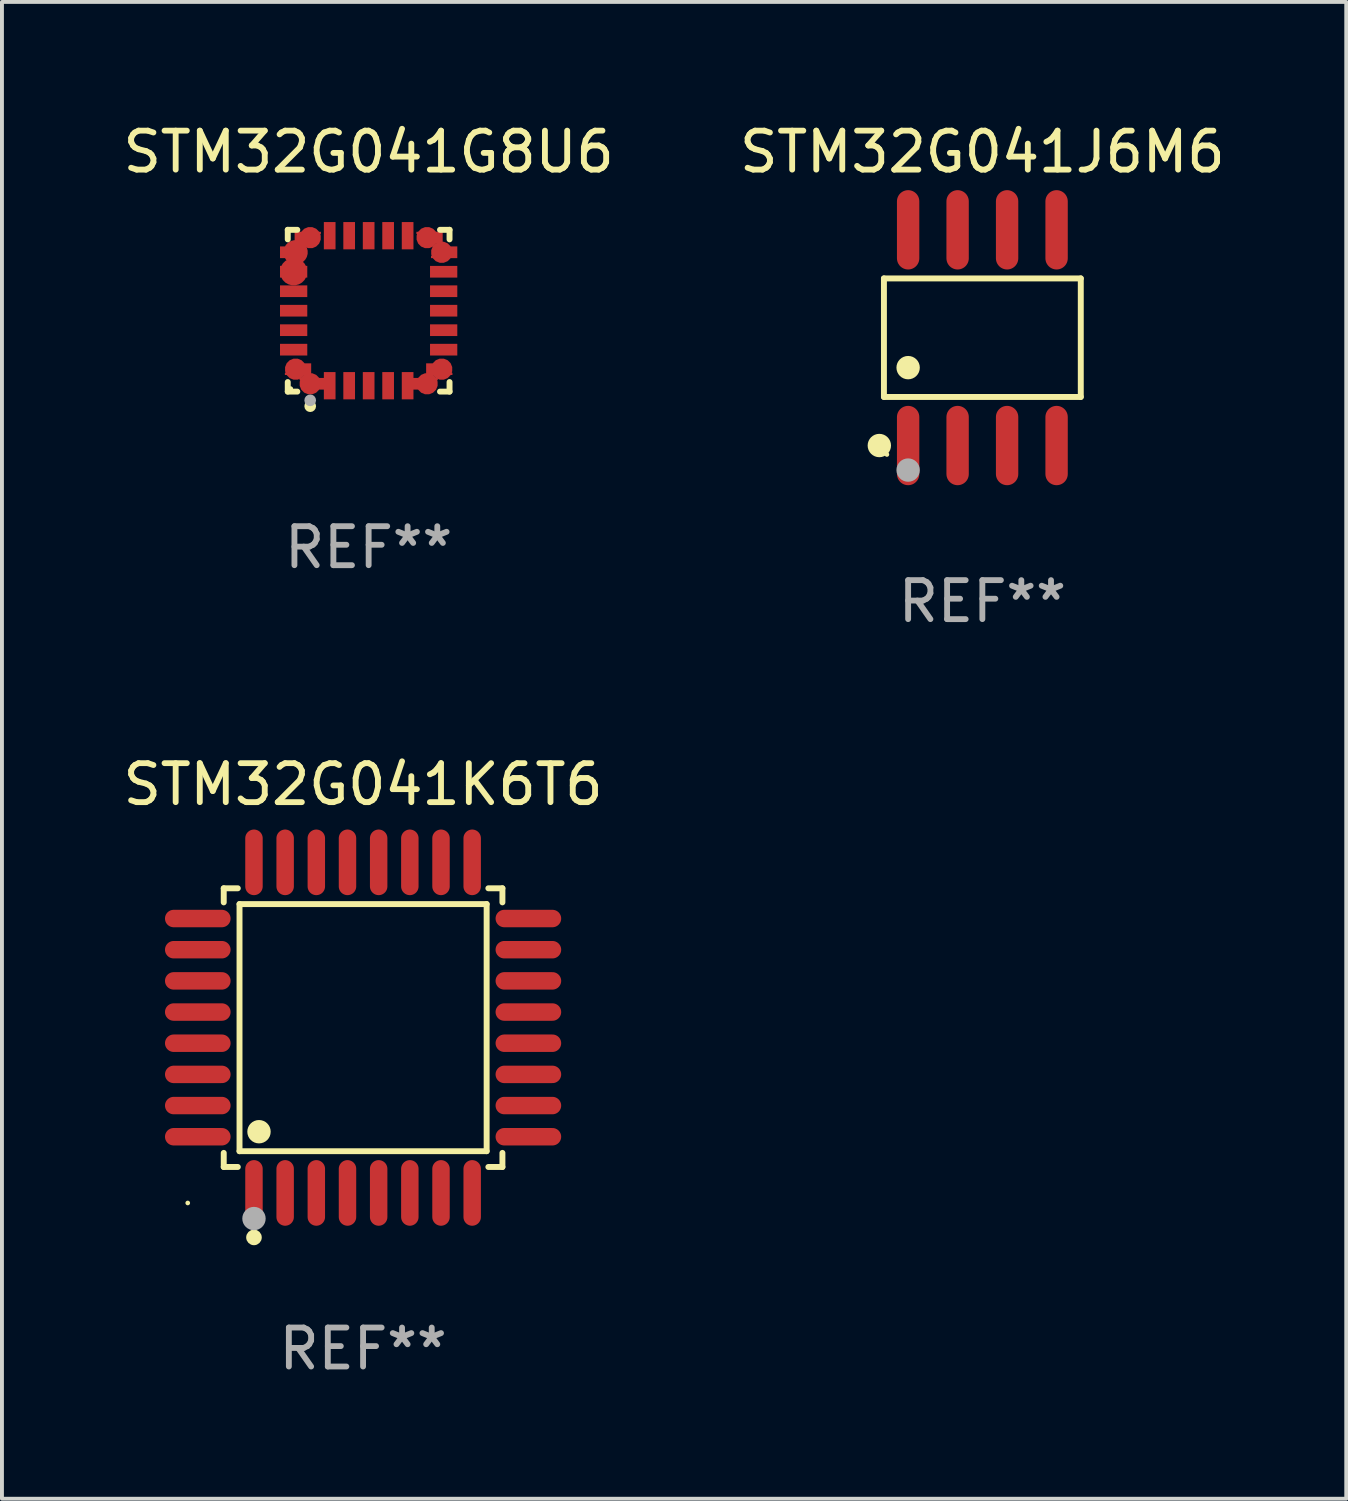
<source format=kicad_pcb>
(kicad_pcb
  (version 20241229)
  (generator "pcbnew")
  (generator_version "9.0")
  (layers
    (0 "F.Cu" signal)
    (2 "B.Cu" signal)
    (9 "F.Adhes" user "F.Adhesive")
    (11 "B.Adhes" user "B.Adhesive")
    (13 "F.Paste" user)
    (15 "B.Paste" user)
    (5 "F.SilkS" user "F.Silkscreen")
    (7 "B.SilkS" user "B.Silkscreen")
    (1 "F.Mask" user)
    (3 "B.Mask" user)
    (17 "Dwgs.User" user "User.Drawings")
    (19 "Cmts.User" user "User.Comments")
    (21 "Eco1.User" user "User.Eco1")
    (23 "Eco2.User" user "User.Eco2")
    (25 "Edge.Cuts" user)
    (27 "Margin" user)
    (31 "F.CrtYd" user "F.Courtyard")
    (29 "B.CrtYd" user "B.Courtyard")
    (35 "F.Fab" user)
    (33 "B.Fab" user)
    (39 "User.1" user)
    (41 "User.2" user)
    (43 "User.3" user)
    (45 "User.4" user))
  (footprint "STM32G041G8U6"
    (layer "F.Cu")
    (at 6.411 4.924)
    (property "Reference" "STM32G041G8U6" (at 0 -4.076 0) (layer "F.SilkS") (effects (font (size 1 1) (thickness 0.15))))
    (attr through_hole)
    (fp_line (start -2.076 -2.076) (end -1.831 -2.076) (stroke (width 0.152) (type solid)) (layer "F.SilkS"))
    (fp_line (start -2.076 -1.831) (end -2.076 -2.076) (stroke (width 0.152) (type solid)) (layer "F.SilkS"))
    (fp_line (start -2.076 1.831) (end -2.076 2.076) (stroke (width 0.152) (type solid)) (layer "F.SilkS"))
    (fp_line (start -2.076 2.076) (end -1.831 2.076) (stroke (width 0.152) (type solid)) (layer "F.SilkS"))
    (fp_line (start 2.076 -2.076) (end 1.831 -2.076) (stroke (width 0.152) (type solid)) (layer "F.SilkS"))
    (fp_line (start 2.076 -1.831) (end 2.076 -2.076) (stroke (width 0.152) (type solid)) (layer "F.SilkS"))
    (fp_line (start 2.076 1.831) (end 2.076 2.076) (stroke (width 0.152) (type solid)) (layer "F.SilkS"))
    (fp_line (start 2.076 2.076) (end 1.831 2.076) (stroke (width 0.152) (type solid)) (layer "F.SilkS"))
    (fp_circle (center -2 2) (end -1.97 2) (stroke (width 0.06) (type solid)) (fill no) (layer "F.SilkS"))
    (fp_circle (center -1.5 2.45) (end -1.425 2.45) (stroke (width 0.15) (type solid)) (fill no) (layer "F.SilkS"))
    (fp_circle (center -1.5 2.3) (end -1.425 2.3) (stroke (width 0.15) (type solid)) (fill no) (layer "F.Fab"))
    (fp_text user "REF**" (at 0 6.076 0) (layer "F.Fab") (effects (font (size 1 1) (thickness 0.15))))
    (pad "1" smd custom (at -1.5 1.875 90) (size 0.55 0.3) (layers "F.Cu" "F.Mask" "F.Paste") (options (anchor circle)) (primitives (gr_poly (pts (xy -0.15 -0.025) (xy -0.15 0.4) (xy 0.15 0.4) (xy 0.15 -0.275) (xy 0.1 -0.275)) (width 0) (fill yes))))
    (pad "2" smd rect (at -1 1.925) (size 0.3 0.7) (layers "F.Cu" "F.Mask" "F.Paste"))
    (pad "3" smd rect (at -0.5 1.925) (size 0.3 0.7) (layers "F.Cu" "F.Mask" "F.Paste"))
    (pad "4" smd rect (at 0 1.925) (size 0.3 0.7) (layers "F.Cu" "F.Mask" "F.Paste"))
    (pad "5" smd rect (at 0.5 1.925) (size 0.3 0.7) (layers "F.Cu" "F.Mask" "F.Paste"))
    (pad "6" smd rect (at 1 1.925) (size 0.3 0.7) (layers "F.Cu" "F.Mask" "F.Paste"))
    (pad "7" smd custom (at 1.5 1.875 270) (size 0.55 0.3) (layers "F.Cu" "F.Mask" "F.Paste") (options (anchor circle)) (primitives (gr_poly (pts (xy 0.15 -0.025) (xy 0.15 0.4) (xy -0.15 0.4) (xy -0.15 -0.275) (xy -0.1 -0.275)) (width 0) (fill yes))))
    (pad "8" smd custom (at 1.875 1.5 180) (size 0.55 0.3) (layers "F.Cu" "F.Mask" "F.Paste") (options (anchor circle)) (primitives (gr_poly (pts (xy -0.025 0.15) (xy 0.4 0.15) (xy 0.4 -0.15) (xy -0.275 -0.15) (xy -0.275 -0.1)) (width 0) (fill yes))))
    (pad "9" smd rect (at 1.925 1) (size 0.7 0.3) (layers "F.Cu" "F.Mask" "F.Paste"))
    (pad "10" smd rect (at 1.925 0.5) (size 0.7 0.3) (layers "F.Cu" "F.Mask" "F.Paste"))
    (pad "11" smd rect (at 1.925 0) (size 0.7 0.3) (layers "F.Cu" "F.Mask" "F.Paste"))
    (pad "12" smd rect (at 1.925 -0.5) (size 0.7 0.3) (layers "F.Cu" "F.Mask" "F.Paste"))
    (pad "13" smd rect (at 1.925 -1) (size 0.7 0.3) (layers "F.Cu" "F.Mask" "F.Paste"))
    (pad "14" smd custom (at 1.875 -1.5) (size 0.55 0.3) (layers "F.Cu" "F.Mask" "F.Paste") (options (anchor circle)) (primitives (gr_poly (pts (xy -0.025 -0.15) (xy 0.4 -0.15) (xy 0.4 0.15) (xy -0.275 0.15) (xy -0.275 0.1)) (width 0) (fill yes))))
    (pad "15" smd custom (at 1.5 -1.875 270) (size 0.55 0.3) (layers "F.Cu" "F.Mask" "F.Paste") (options (anchor circle)) (primitives (gr_poly (pts (xy 0.15 0.025) (xy 0.15 -0.4) (xy -0.15 -0.4) (xy -0.15 0.275) (xy -0.1 0.275)) (width 0) (fill yes))))
    (pad "16" smd rect (at 1 -1.925) (size 0.3 0.7) (layers "F.Cu" "F.Mask" "F.Paste"))
    (pad "17" smd rect (at 0.5 -1.925) (size 0.3 0.7) (layers "F.Cu" "F.Mask" "F.Paste"))
    (pad "18" smd rect (at 0 -1.925) (size 0.3 0.7) (layers "F.Cu" "F.Mask" "F.Paste"))
    (pad "19" smd rect (at -0.5 -1.925) (size 0.3 0.7) (layers "F.Cu" "F.Mask" "F.Paste"))
    (pad "20" smd rect (at -1 -1.925) (size 0.3 0.7) (layers "F.Cu" "F.Mask" "F.Paste"))
    (pad "21" smd custom (at -1.5 -1.875 90) (size 0.55 0.3) (layers "F.Cu" "F.Mask" "F.Paste") (options (anchor circle)) (primitives (gr_poly (pts (xy -0.15 0.025) (xy -0.15 -0.4) (xy 0.15 -0.4) (xy 0.15 0.275) (xy 0.1 0.275)) (width 0) (fill yes))))
    (pad "22" smd custom (at -1.875 -1.5) (size 0.625 0.3) (layers "F.Cu" "F.Mask" "F.Paste") (options (anchor circle)) (primitives (gr_poly (pts (xy 0.025 -0.15) (xy -0.4 -0.15) (xy -0.4 0.15) (xy 0.275 0.15) (xy 0.275 0.1)) (width 0) (fill yes))))
    (pad "23" smd custom (at -1.925 -1) (size 0.7 0.3) (layers "F.Cu" "F.Mask" "F.Paste") (options (anchor circle)) (primitives (gr_poly (pts (xy -0.35 -0.15) (xy 0.35 -0.15) (xy 0.35 0.15) (xy -0.35 0.15)) (width 0) (fill yes))))
    (pad "24" smd rect (at -1.925 -0.5) (size 0.7 0.3) (layers "F.Cu" "F.Mask" "F.Paste"))
    (pad "25" smd rect (at -1.925 0) (size 0.7 0.3) (layers "F.Cu" "F.Mask" "F.Paste"))
    (pad "26" smd rect (at -1.925 0.5) (size 0.7 0.3) (layers "F.Cu" "F.Mask" "F.Paste"))
    (pad "27" smd rect (at -1.925 1) (size 0.7 0.3) (layers "F.Cu" "F.Mask" "F.Paste"))
    (pad "28" smd custom (at -1.875 1.5 180) (size 0.55 0.3) (layers "F.Cu" "F.Mask" "F.Paste") (options (anchor circle)) (primitives (gr_poly (pts (xy 0.025 0.15) (xy -0.4 0.15) (xy -0.4 -0.15) (xy 0.275 -0.15) (xy 0.275 -0.1)) (width 0) (fill yes)))))
  (footprint "STM32G041J6M6"
    (layer "F.Cu")
    (at 22.161 5.616)
    (property "Reference" "STM32G041J6M6" (at 0 -4.768 0) (layer "F.SilkS") (effects (font (size 1 1) (thickness 0.15))))
    (attr through_hole)
    (fp_line (start -2.526 -1.521) (end 2.526 -1.521) (stroke (width 0.152) (type solid)) (layer "F.SilkS"))
    (fp_line (start -2.526 1.521) (end -2.526 -1.521) (stroke (width 0.152) (type solid)) (layer "F.SilkS"))
    (fp_line (start 2.526 -1.521) (end 2.526 1.521) (stroke (width 0.152) (type solid)) (layer "F.SilkS"))
    (fp_line (start 2.526 1.521) (end -2.526 1.521) (stroke (width 0.152) (type solid)) (layer "F.SilkS"))
    (fp_circle (center -2.644 2.768) (end -2.494 2.768) (stroke (width 0.3) (type solid)) (fill no) (layer "F.SilkS"))
    (fp_circle (center -2.45 2.998) (end -2.42 2.998) (stroke (width 0.06) (type solid)) (fill no) (layer "F.SilkS"))
    (fp_circle (center -1.905 0.769) (end -1.755 0.769) (stroke (width 0.3) (type solid)) (fill no) (layer "F.SilkS"))
    (fp_circle (center -1.905 3.398) (end -1.755 3.398) (stroke (width 0.3) (type solid)) (fill no) (layer "F.Fab"))
    (fp_text user "REF**" (at 0 6.768 0) (layer "F.Fab") (effects (font (size 1 1) (thickness 0.15))))
    (pad "1" smd oval (at -1.905 2.768) (size 0.574 2.036) (layers "F.Cu" "F.Mask" "F.Paste"))
    (pad "2" smd oval (at -0.635 2.768) (size 0.574 2.036) (layers "F.Cu" "F.Mask" "F.Paste"))
    (pad "3" smd oval (at 0.635 2.768) (size 0.574 2.036) (layers "F.Cu" "F.Mask" "F.Paste"))
    (pad "4" smd oval (at 1.905 2.768) (size 0.574 2.036) (layers "F.Cu" "F.Mask" "F.Paste"))
    (pad "5" smd oval (at 1.905 -2.768) (size 0.574 2.036) (layers "F.Cu" "F.Mask" "F.Paste"))
    (pad "6" smd oval (at 0.635 -2.768) (size 0.574 2.036) (layers "F.Cu" "F.Mask" "F.Paste"))
    (pad "7" smd oval (at -0.635 -2.768) (size 0.574 2.036) (layers "F.Cu" "F.Mask" "F.Paste"))
    (pad "8" smd oval (at -1.905 -2.768) (size 0.574 2.036) (layers "F.Cu" "F.Mask" "F.Paste")))
  (footprint "STM32G041K6T6"
    (layer "F.Cu")
    (at 6.268 23.323)
    (property "Reference" "STM32G041K6T6" (at 0 -6.242 0) (layer "F.SilkS") (effects (font (size 1 1) (thickness 0.15))))
    (attr through_hole)
    (fp_line (start -3.576 -3.576) (end -3.215 -3.576) (stroke (width 0.152) (type solid)) (layer "F.SilkS"))
    (fp_line (start -3.576 -3.215) (end -3.576 -3.576) (stroke (width 0.152) (type solid)) (layer "F.SilkS"))
    (fp_line (start -3.576 3.215) (end -3.576 3.576) (stroke (width 0.152) (type solid)) (layer "F.SilkS"))
    (fp_line (start -3.576 3.576) (end -3.215 3.576) (stroke (width 0.152) (type solid)) (layer "F.SilkS"))
    (fp_line (start -3.171 -3.171) (end 3.171 -3.171) (stroke (width 0.152) (type solid)) (layer "F.SilkS"))
    (fp_line (start -3.171 3.171) (end -3.171 -3.171) (stroke (width 0.152) (type solid)) (layer "F.SilkS"))
    (fp_line (start 3.171 -3.171) (end 3.171 3.171) (stroke (width 0.152) (type solid)) (layer "F.SilkS"))
    (fp_line (start 3.171 3.171) (end -3.171 3.171) (stroke (width 0.152) (type solid)) (layer "F.SilkS"))
    (fp_line (start 3.576 -3.576) (end 3.215 -3.576) (stroke (width 0.152) (type solid)) (layer "F.SilkS"))
    (fp_line (start 3.576 -3.215) (end 3.576 -3.576) (stroke (width 0.152) (type solid)) (layer "F.SilkS"))
    (fp_line (start 3.576 3.215) (end 3.576 3.576) (stroke (width 0.152) (type solid)) (layer "F.SilkS"))
    (fp_line (start 3.576 3.576) (end 3.215 3.576) (stroke (width 0.152) (type solid)) (layer "F.SilkS"))
    (fp_circle (center -4.5 4.5) (end -4.47 4.5) (stroke (width 0.06) (type solid)) (fill no) (layer "F.SilkS"))
    (fp_circle (center -2.8 5.384) (end -2.7 5.384) (stroke (width 0.2) (type solid)) (fill no) (layer "F.SilkS"))
    (fp_circle (center -2.671 2.671) (end -2.521 2.671) (stroke (width 0.3) (type solid)) (fill no) (layer "F.SilkS"))
    (fp_circle (center -2.8 4.9) (end -2.65 4.9) (stroke (width 0.3) (type solid)) (fill no) (layer "F.Fab"))
    (fp_text user "REF**" (at 0 8.242 0) (layer "F.Fab") (effects (font (size 1 1) (thickness 0.15))))
    (pad "1" smd oval (at -2.8 4.242) (size 0.448 1.684) (layers "F.Cu" "F.Mask" "F.Paste"))
    (pad "2" smd oval (at -2 4.242) (size 0.448 1.684) (layers "F.Cu" "F.Mask" "F.Paste"))
    (pad "3" smd oval (at -1.2 4.242) (size 0.448 1.684) (layers "F.Cu" "F.Mask" "F.Paste"))
    (pad "4" smd oval (at -0.4 4.242) (size 0.448 1.684) (layers "F.Cu" "F.Mask" "F.Paste"))
    (pad "5" smd oval (at 0.4 4.242) (size 0.448 1.684) (layers "F.Cu" "F.Mask" "F.Paste"))
    (pad "6" smd oval (at 1.2 4.242) (size 0.448 1.684) (layers "F.Cu" "F.Mask" "F.Paste"))
    (pad "7" smd oval (at 2 4.242) (size 0.448 1.684) (layers "F.Cu" "F.Mask" "F.Paste"))
    (pad "8" smd oval (at 2.8 4.242) (size 0.448 1.684) (layers "F.Cu" "F.Mask" "F.Paste"))
    (pad "9" smd oval (at 4.242 2.8) (size 1.684 0.448) (layers "F.Cu" "F.Mask" "F.Paste"))
    (pad "10" smd oval (at 4.242 2) (size 1.684 0.448) (layers "F.Cu" "F.Mask" "F.Paste"))
    (pad "11" smd oval (at 4.242 1.2) (size 1.684 0.448) (layers "F.Cu" "F.Mask" "F.Paste"))
    (pad "12" smd oval (at 4.242 0.4) (size 1.684 0.448) (layers "F.Cu" "F.Mask" "F.Paste"))
    (pad "13" smd oval (at 4.242 -0.4) (size 1.684 0.448) (layers "F.Cu" "F.Mask" "F.Paste"))
    (pad "14" smd oval (at 4.242 -1.2) (size 1.684 0.448) (layers "F.Cu" "F.Mask" "F.Paste"))
    (pad "15" smd oval (at 4.242 -2) (size 1.684 0.448) (layers "F.Cu" "F.Mask" "F.Paste"))
    (pad "16" smd oval (at 4.242 -2.8) (size 1.684 0.448) (layers "F.Cu" "F.Mask" "F.Paste"))
    (pad "17" smd oval (at 2.8 -4.242) (size 0.448 1.684) (layers "F.Cu" "F.Mask" "F.Paste"))
    (pad "18" smd oval (at 2 -4.242) (size 0.448 1.684) (layers "F.Cu" "F.Mask" "F.Paste"))
    (pad "19" smd oval (at 1.2 -4.242) (size 0.448 1.684) (layers "F.Cu" "F.Mask" "F.Paste"))
    (pad "20" smd oval (at 0.4 -4.242) (size 0.448 1.684) (layers "F.Cu" "F.Mask" "F.Paste"))
    (pad "21" smd oval (at -0.4 -4.242) (size 0.448 1.684) (layers "F.Cu" "F.Mask" "F.Paste"))
    (pad "22" smd oval (at -1.2 -4.242) (size 0.448 1.684) (layers "F.Cu" "F.Mask" "F.Paste"))
    (pad "23" smd oval (at -2 -4.242) (size 0.448 1.684) (layers "F.Cu" "F.Mask" "F.Paste"))
    (pad "24" smd oval (at -2.8 -4.242) (size 0.448 1.684) (layers "F.Cu" "F.Mask" "F.Paste"))
    (pad "25" smd oval (at -4.242 -2.8) (size 1.684 0.448) (layers "F.Cu" "F.Mask" "F.Paste"))
    (pad "26" smd oval (at -4.242 -2) (size 1.684 0.448) (layers "F.Cu" "F.Mask" "F.Paste"))
    (pad "27" smd oval (at -4.242 -1.2) (size 1.684 0.448) (layers "F.Cu" "F.Mask" "F.Paste"))
    (pad "28" smd oval (at -4.242 -0.4) (size 1.684 0.448) (layers "F.Cu" "F.Mask" "F.Paste"))
    (pad "29" smd oval (at -4.242 0.4) (size 1.684 0.448) (layers "F.Cu" "F.Mask" "F.Paste"))
    (pad "30" smd oval (at -4.242 1.2) (size 1.684 0.448) (layers "F.Cu" "F.Mask" "F.Paste"))
    (pad "31" smd oval (at -4.242 2) (size 1.684 0.448) (layers "F.Cu" "F.Mask" "F.Paste"))
    (pad "32" smd oval (at -4.242 2.8) (size 1.684 0.448) (layers "F.Cu" "F.Mask" "F.Paste")))
  (gr_rect
    (start -3 -3)
    (end 31.5 35.413)
    (stroke (width 0.1) (type default))
    (fill no)
    (layer "Edge.Cuts")))
</source>
